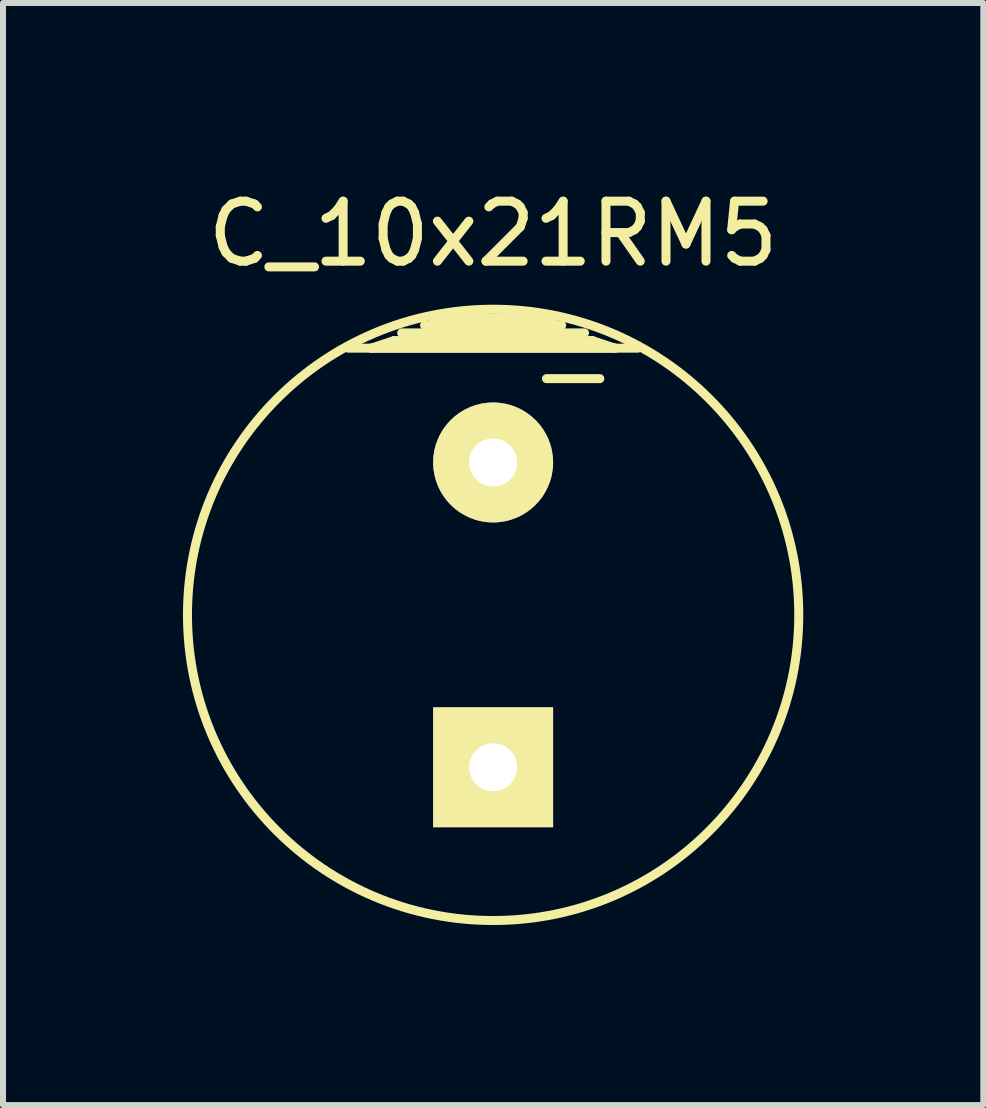
<source format=kicad_pcb>
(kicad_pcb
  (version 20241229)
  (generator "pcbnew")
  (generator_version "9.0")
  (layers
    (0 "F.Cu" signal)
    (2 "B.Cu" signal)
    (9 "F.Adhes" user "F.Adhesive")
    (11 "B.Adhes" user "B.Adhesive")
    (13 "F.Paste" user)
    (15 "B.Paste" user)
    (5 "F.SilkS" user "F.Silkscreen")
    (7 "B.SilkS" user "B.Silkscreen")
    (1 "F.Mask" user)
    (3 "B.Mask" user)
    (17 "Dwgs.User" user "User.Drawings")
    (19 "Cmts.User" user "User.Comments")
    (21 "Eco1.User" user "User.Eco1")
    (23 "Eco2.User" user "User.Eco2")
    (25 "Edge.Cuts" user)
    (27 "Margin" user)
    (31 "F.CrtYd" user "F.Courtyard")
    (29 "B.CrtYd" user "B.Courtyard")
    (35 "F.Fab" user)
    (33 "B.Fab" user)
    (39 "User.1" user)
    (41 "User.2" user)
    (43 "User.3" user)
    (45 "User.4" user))
  (footprint "C_10x21RM5"
    (layer "F.Cu")
    (at 5.169 7.198)
    (property "Reference" "C_10x21RM5" (at 0 -6.35 0) (layer "F.SilkS") (effects (font (size 1 1) (thickness 0.15))))
    (attr through_hole)
    (fp_line (start -2.413 -4.445) (end 2.413 -4.445) (stroke (width 0.15) (type solid)) (layer "F.SilkS"))
    (fp_line (start -2.032 -4.445) (end -1.651 -4.572) (stroke (width 0.15) (type solid)) (layer "F.SilkS"))
    (fp_line (start -1.651 -4.572) (end 1.651 -4.572) (stroke (width 0.15) (type solid)) (layer "F.SilkS"))
    (fp_line (start -1.524 -4.699) (end 1.524 -4.699) (stroke (width 0.15) (type solid)) (layer "F.SilkS"))
    (fp_line (start -1.016 -4.826) (end 1.016 -4.826) (stroke (width 0.15) (type solid)) (layer "F.SilkS"))
    (fp_line (start 0.889 -3.937) (end 1.778 -3.937) (stroke (width 0.15) (type solid)) (layer "F.SilkS"))
    (fp_line (start 1.016 -4.953) (end -1.016 -4.953) (stroke (width 0.15) (type solid)) (layer "F.SilkS"))
    (fp_line (start 1.143 -4.826) (end -1.143 -4.826) (stroke (width 0.15) (type solid)) (layer "F.SilkS"))
    (fp_line (start 1.651 -4.572) (end 2.032 -4.445) (stroke (width 0.15) (type solid)) (layer "F.SilkS"))
    (fp_line (start 2.032 -4.445) (end -2.032 -4.445) (stroke (width 0.15) (type solid)) (layer "F.SilkS"))
    (fp_circle (center 0 0) (end 5.08 0.381) (stroke (width 0.15) (type solid)) (fill no) (layer "F.SilkS"))
    (pad "1" thru_hole rect (at 0 2.54) (size 1.999 1.999) (drill 0.8) (layers "*.Cu" "*.Mask" "F.SilkS"))
    (pad "2" thru_hole circle (at 0 -2.54) (size 1.999 1.999) (drill 0.8) (layers "*.Cu" "*.Mask" "F.SilkS")))
  (gr_rect
    (start -3 -3)
    (end 13.339 15.368)
    (stroke (width 0.1) (type default))
    (fill no)
    (layer "Edge.Cuts")))
</source>
